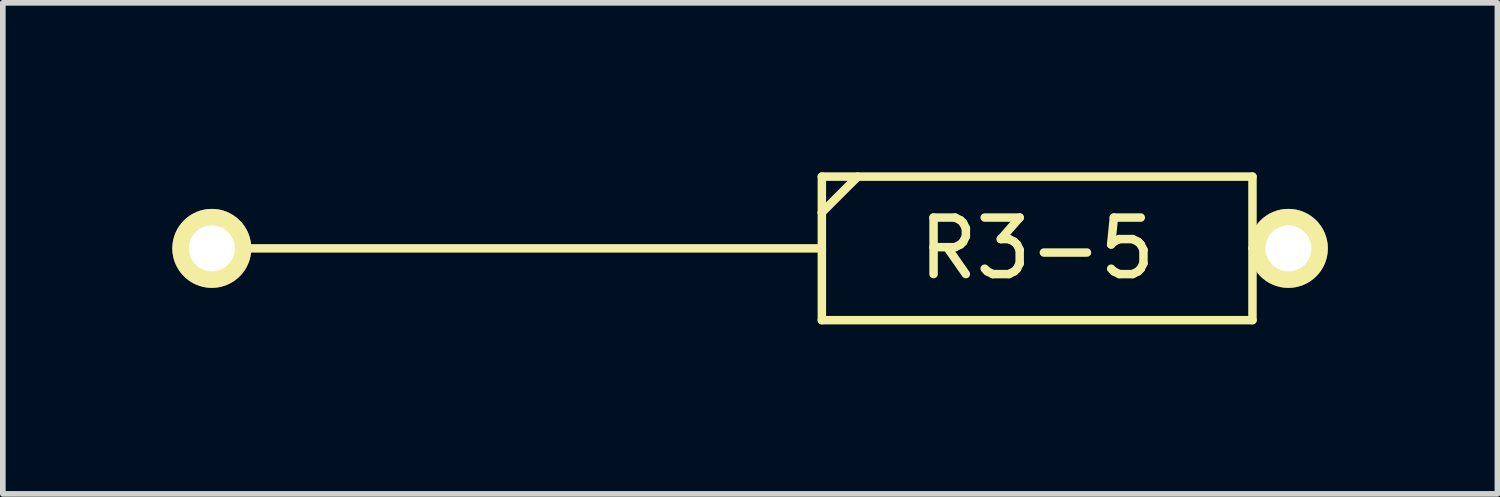
<source format=kicad_pcb>
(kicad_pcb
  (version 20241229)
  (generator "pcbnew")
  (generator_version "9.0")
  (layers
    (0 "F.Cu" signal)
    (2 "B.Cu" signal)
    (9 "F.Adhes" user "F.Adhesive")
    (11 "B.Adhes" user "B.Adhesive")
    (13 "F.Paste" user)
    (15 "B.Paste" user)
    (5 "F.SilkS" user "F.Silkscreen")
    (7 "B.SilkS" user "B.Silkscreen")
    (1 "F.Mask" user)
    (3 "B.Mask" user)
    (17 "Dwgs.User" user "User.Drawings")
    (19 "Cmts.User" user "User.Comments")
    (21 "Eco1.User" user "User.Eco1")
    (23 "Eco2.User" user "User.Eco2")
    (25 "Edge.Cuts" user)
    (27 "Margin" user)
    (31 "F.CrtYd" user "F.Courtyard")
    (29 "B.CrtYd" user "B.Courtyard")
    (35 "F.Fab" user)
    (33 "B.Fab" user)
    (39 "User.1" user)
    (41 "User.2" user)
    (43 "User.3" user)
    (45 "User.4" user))
  (footprint "R3-5"
    (layer "F.Cu")
    (at 15.303 1.345)
    (property "Reference" "R3-5" (at 0 0 0) (layer "F.SilkS") (effects (font (size 1 1) (thickness 0.15))))
    (attr through_hole)
    (fp_line (start -14.605 0) (end -13.97 0) (stroke (width 0.15) (type solid)) (layer "F.SilkS"))
    (fp_line (start -13.97 0) (end -3.81 0) (stroke (width 0.15) (type solid)) (layer "F.SilkS"))
    (fp_line (start -3.81 -1.27) (end -3.81 -0.635) (stroke (width 0.15) (type solid)) (layer "F.SilkS"))
    (fp_line (start -3.81 -0.635) (end -3.81 1.27) (stroke (width 0.15) (type solid)) (layer "F.SilkS"))
    (fp_line (start -3.81 -0.635) (end -3.175 -1.27) (stroke (width 0.15) (type solid)) (layer "F.SilkS"))
    (fp_line (start -3.81 1.27) (end 3.81 1.27) (stroke (width 0.15) (type solid)) (layer "F.SilkS"))
    (fp_line (start 3.81 -1.27) (end -3.81 -1.27) (stroke (width 0.15) (type solid)) (layer "F.SilkS"))
    (fp_line (start 3.81 0) (end 4.445 0) (stroke (width 0.15) (type solid)) (layer "F.SilkS"))
    (fp_line (start 3.81 1.27) (end 3.81 -1.27) (stroke (width 0.15) (type solid)) (layer "F.SilkS"))
    (pad "1" thru_hole circle (at -14.605 0) (size 1.397 1.397) (drill 0.813) (layers "*.Cu" "*.Mask" "F.SilkS"))
    (pad "2" thru_hole circle (at 4.445 0) (size 1.397 1.397) (drill 0.813) (layers "*.Cu" "*.Mask" "F.SilkS")))
  (gr_rect
    (start -3 -3)
    (end 23.447 5.69)
    (stroke (width 0.1) (type default))
    (fill no)
    (layer "Edge.Cuts")))
</source>
